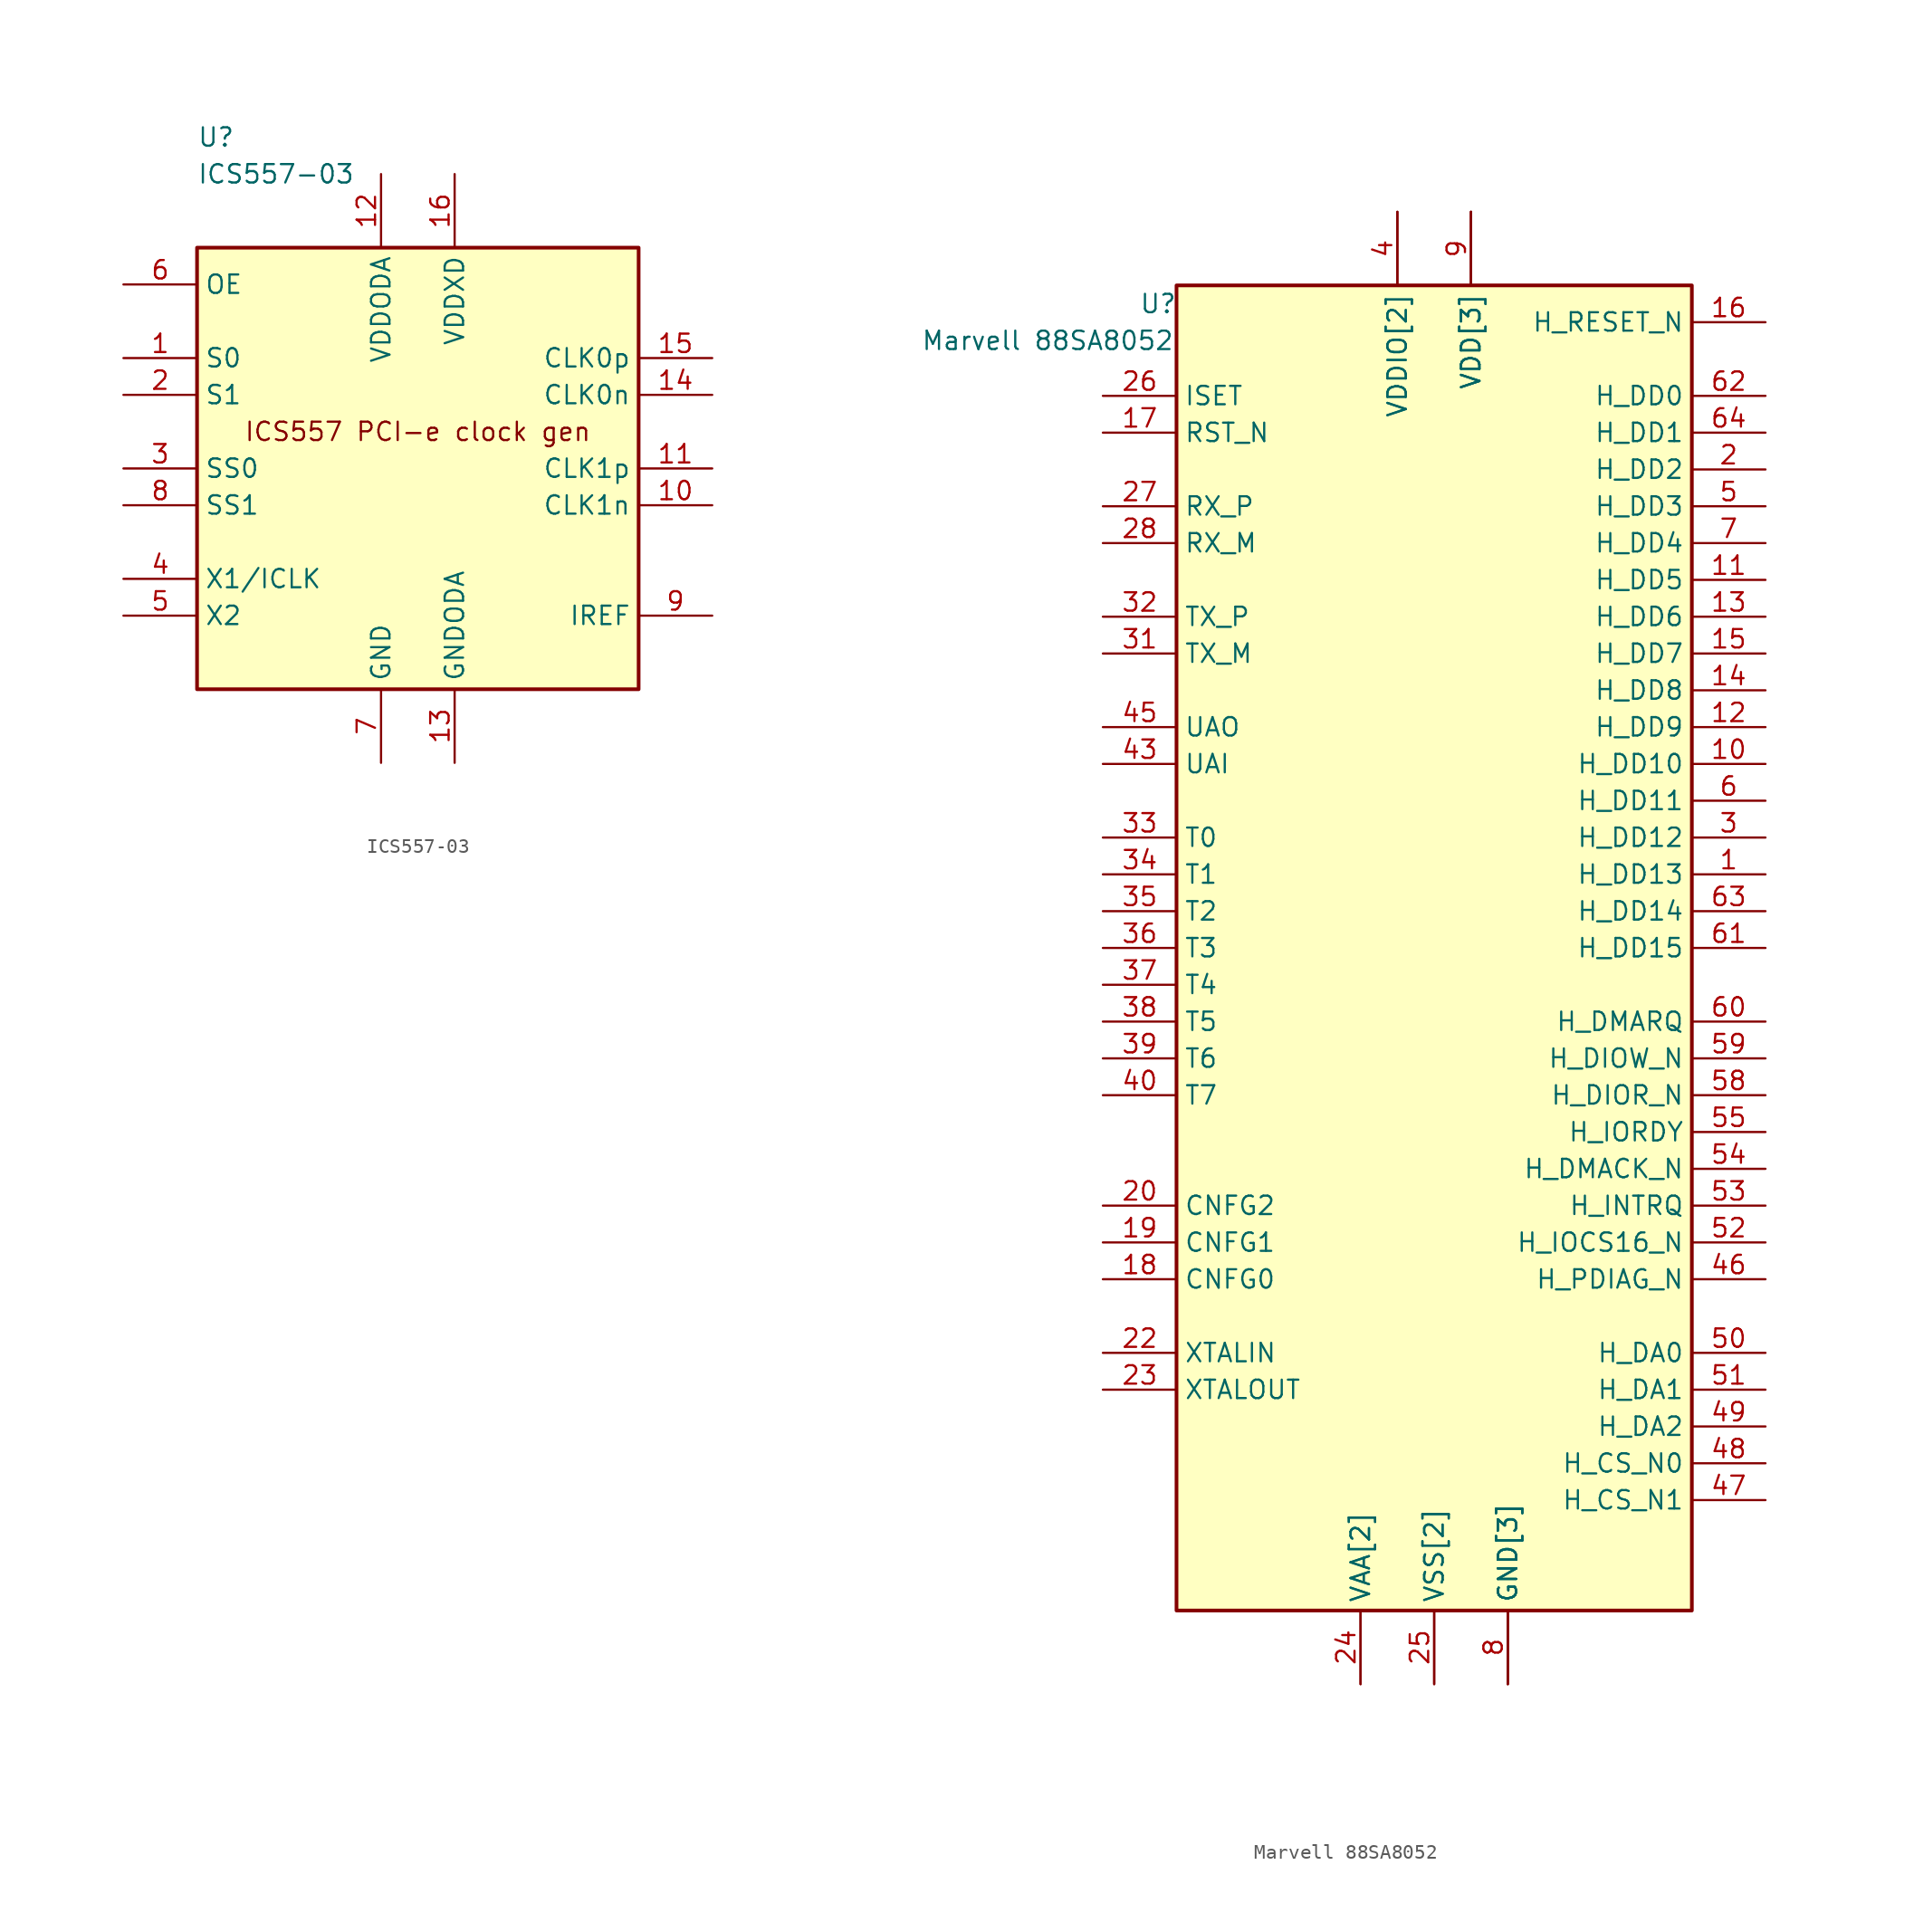
<source format=kicad_sym>
(kicad_symbol_lib
  (version 20211014)
  (generator kicad_symbol_editor)
  (symbol "ICS557-03"
    (property "Reference" "U"
      (at -15.24 22.86 0)
      (effects (font (size 1.27 1.27)) (justify left)))
    (property "Value" "ICS557-03"
      (at -15.24 20.32 0)
      (effects (font (size 1.27 1.27)) (justify left)))
    (symbol "ICS557-03_0_0"
      (text "ICS557 PCI-e clock gen" (at 0 2.54 0) (effects (font (size 1.27 1.27)))))
    (symbol "ICS557-03_0_1"
      (rectangle (start -15.24 15.24) (end 15.24 -15.24) (stroke (width 0.254) (type default) (color 0 0 0 0)) (fill (type background))))
    (symbol "ICS557-03_1_1"
      (pin input line (at -20.32 7.62 0) (length 5.08) (name "S0" (effects (font (size 1.27 1.27)))) (number "1" (effects (font (size 1.27 1.27)))))
      (pin tri_state line (at 20.32 -2.54 180) (length 5.08) (name "CLK1n" (effects (font (size 1.27 1.27)))) (number "10" (effects (font (size 1.27 1.27)))))
      (pin tri_state line (at 20.32 0 180) (length 5.08) (name "CLK1p" (effects (font (size 1.27 1.27)))) (number "11" (effects (font (size 1.27 1.27)))))
      (pin power_in line (at -2.54 20.32 270) (length 5.08) (name "VDDODA" (effects (font (size 1.27 1.27)))) (number "12" (effects (font (size 1.27 1.27)))))
      (pin power_in line (at 2.54 -20.32 90) (length 5.08) (name "GNDODA" (effects (font (size 1.27 1.27)))) (number "13" (effects (font (size 1.27 1.27)))))
      (pin tri_state line (at 20.32 5.08 180) (length 5.08) (name "CLK0n" (effects (font (size 1.27 1.27)))) (number "14" (effects (font (size 1.27 1.27)))))
      (pin tri_state line (at 20.32 7.62 180) (length 5.08) (name "CLK0p" (effects (font (size 1.27 1.27)))) (number "15" (effects (font (size 1.27 1.27)))))
      (pin power_in line (at 2.54 20.32 270) (length 5.08) (name "VDDXD" (effects (font (size 1.27 1.27)))) (number "16" (effects (font (size 1.27 1.27)))))
      (pin input line (at -20.32 5.08 0) (length 5.08) (name "S1" (effects (font (size 1.27 1.27)))) (number "2" (effects (font (size 1.27 1.27)))))
      (pin input line (at -20.32 0 0) (length 5.08) (name "SS0" (effects (font (size 1.27 1.27)))) (number "3" (effects (font (size 1.27 1.27)))))
      (pin input line (at -20.32 -7.62 0) (length 5.08) (name "X1/ICLK" (effects (font (size 1.27 1.27)))) (number "4" (effects (font (size 1.27 1.27)))) (alternate "ICLK" input line))
      (pin input line (at -20.32 -10.16 0) (length 5.08) (name "X2" (effects (font (size 1.27 1.27)))) (number "5" (effects (font (size 1.27 1.27)))))
      (pin input line (at -20.32 12.7 0) (length 5.08) (name "OE" (effects (font (size 1.27 1.27)))) (number "6" (effects (font (size 1.27 1.27)))))
      (pin power_in line (at -2.54 -20.32 90) (length 5.08) (name "GND" (effects (font (size 1.27 1.27)))) (number "7" (effects (font (size 1.27 1.27)))))
      (pin input line (at -20.32 -2.54 0) (length 5.08) (name "SS1" (effects (font (size 1.27 1.27)))) (number "8" (effects (font (size 1.27 1.27)))))
      (pin input line (at 20.32 -10.16 180) (length 5.08) (name "IREF" (effects (font (size 1.27 1.27)))) (number "9" (effects (font (size 1.27 1.27)))))))
  (symbol "Marvell 88SA8052"
    (property "Reference" "U"
      (at -19.05 41.91 0)
      (effects (font (size 1.27 1.27))))
    (property "Value" "Marvell 88SA8052"
      (at -26.67 39.37 0)
      (effects (font (size 1.27 1.27))))
    (symbol "Marvell 88SA8052_0_1"
      (rectangle (start -17.78 43.18) (end 17.78 -48.26) (stroke (width 0.254) (type default) (color 0 0 0 0)) (fill (type background))))
    (symbol "Marvell 88SA8052_1_1"
      (pin tri_state line (at 22.86 2.54 180) (length 5.08) (name "H_DD13" (effects (font (size 1.27 1.27)))) (number "1" (effects (font (size 1.27 1.27)))))
      (pin tri_state line (at 22.86 10.16 180) (length 5.08) (name "H_DD10" (effects (font (size 1.27 1.27)))) (number "10" (effects (font (size 1.27 1.27)))))
      (pin tri_state line (at 22.86 22.86 180) (length 5.08) (name "H_DD5" (effects (font (size 1.27 1.27)))) (number "11" (effects (font (size 1.27 1.27)))))
      (pin tri_state line (at 22.86 12.7 180) (length 5.08) (name "H_DD9" (effects (font (size 1.27 1.27)))) (number "12" (effects (font (size 1.27 1.27)))))
      (pin tri_state line (at 22.86 20.32 180) (length 5.08) (name "H_DD6" (effects (font (size 1.27 1.27)))) (number "13" (effects (font (size 1.27 1.27)))))
      (pin tri_state line (at 22.86 15.24 180) (length 5.08) (name "H_DD8" (effects (font (size 1.27 1.27)))) (number "14" (effects (font (size 1.27 1.27)))))
      (pin tri_state line (at 22.86 17.78 180) (length 5.08) (name "H_DD7" (effects (font (size 1.27 1.27)))) (number "15" (effects (font (size 1.27 1.27)))))
      (pin output line (at 22.86 40.64 180) (length 5.08) (name "H_RESET_N" (effects (font (size 1.27 1.27)))) (number "16" (effects (font (size 1.27 1.27)))))
      (pin input line (at -22.86 33.02 0) (length 5.08) (name "RST_N" (effects (font (size 1.27 1.27)))) (number "17" (effects (font (size 1.27 1.27)))))
      (pin input line (at -22.86 -25.4 0) (length 5.08) (name "CNFG0" (effects (font (size 1.27 1.27)))) (number "18" (effects (font (size 1.27 1.27)))))
      (pin input line (at -22.86 -22.86 0) (length 5.08) (name "CNFG1" (effects (font (size 1.27 1.27)))) (number "19" (effects (font (size 1.27 1.27)))))
      (pin tri_state line (at 22.86 30.48 180) (length 5.08) (name "H_DD2" (effects (font (size 1.27 1.27)))) (number "2" (effects (font (size 1.27 1.27)))))
      (pin input line (at -22.86 -20.32 0) (length 5.08) (name "CNFG2" (effects (font (size 1.27 1.27)))) (number "20" (effects (font (size 1.27 1.27)))))
      (pin input line (at -22.86 -30.48 0) (length 5.08) (name "XTALIN" (effects (font (size 1.27 1.27)))) (number "22" (effects (font (size 1.27 1.27)))))
      (pin output line (at -22.86 -33.02 0) (length 5.08) (name "XTALOUT" (effects (font (size 1.27 1.27)))) (number "23" (effects (font (size 1.27 1.27)))))
      (pin power_in line (at -5.08 -53.34 90) (length 5.08) (name "VAA[2]" (effects (font (size 1.27 1.27)))) (number "24" (effects (font (size 1.27 1.27)))))
      (pin power_in line (at 0 -53.34 90) (length 5.08) (name "VSS[2]" (effects (font (size 1.27 1.27)))) (number "25" (effects (font (size 1.27 1.27)))))
      (pin input line (at -22.86 35.56 0) (length 5.08) (name "ISET" (effects (font (size 1.27 1.27)))) (number "26" (effects (font (size 1.27 1.27)))))
      (pin input line (at -22.86 27.94 0) (length 5.08) (name "RX_P" (effects (font (size 1.27 1.27)))) (number "27" (effects (font (size 1.27 1.27)))))
      (pin input line (at -22.86 25.4 0) (length 5.08) (name "RX_M" (effects (font (size 1.27 1.27)))) (number "28" (effects (font (size 1.27 1.27)))))
      (pin power_in line (at -5.08 -53.34 90) (length 5.08) (name "VAA[2]" (effects (font (size 1.27 1.27)))) (number "29" (effects (font (size 0 0)))))
      (pin tri_state line (at 22.86 5.08 180) (length 5.08) (name "H_DD12" (effects (font (size 1.27 1.27)))) (number "3" (effects (font (size 1.27 1.27)))))
      (pin power_in line (at 0 -53.34 90) (length 5.08) (name "VSS[2]" (effects (font (size 1.27 1.27)))) (number "30" (effects (font (size 0 0)))))
      (pin output line (at -22.86 17.78 0) (length 5.08) (name "TX_M" (effects (font (size 1.27 1.27)))) (number "31" (effects (font (size 1.27 1.27)))))
      (pin output line (at -22.86 20.32 0) (length 5.08) (name "TX_P" (effects (font (size 1.27 1.27)))) (number "32" (effects (font (size 1.27 1.27)))))
      (pin bidirectional line (at -22.86 5.08 0) (length 5.08) (name "T0" (effects (font (size 1.27 1.27)))) (number "33" (effects (font (size 1.27 1.27)))))
      (pin bidirectional line (at -22.86 2.54 0) (length 5.08) (name "T1" (effects (font (size 1.27 1.27)))) (number "34" (effects (font (size 1.27 1.27)))))
      (pin bidirectional line (at -22.86 0 0) (length 5.08) (name "T2" (effects (font (size 1.27 1.27)))) (number "35" (effects (font (size 1.27 1.27)))))
      (pin bidirectional line (at -22.86 -2.54 0) (length 5.08) (name "T3" (effects (font (size 1.27 1.27)))) (number "36" (effects (font (size 1.27 1.27)))))
      (pin bidirectional line (at -22.86 -5.08 0) (length 5.08) (name "T4" (effects (font (size 1.27 1.27)))) (number "37" (effects (font (size 1.27 1.27)))))
      (pin bidirectional line (at -22.86 -7.62 0) (length 5.08) (name "T5" (effects (font (size 1.27 1.27)))) (number "38" (effects (font (size 1.27 1.27)))))
      (pin bidirectional line (at -22.86 -10.16 0) (length 5.08) (name "T6" (effects (font (size 1.27 1.27)))) (number "39" (effects (font (size 1.27 1.27)))))
      (pin power_in line (at -2.54 48.26 270) (length 5.08) (name "VDDIO[2]" (effects (font (size 1.27 1.27)))) (number "4" (effects (font (size 1.27 1.27)))))
      (pin bidirectional line (at -22.86 -12.7 0) (length 5.08) (name "T7" (effects (font (size 1.27 1.27)))) (number "40" (effects (font (size 1.27 1.27)))))
      (pin power_in line (at 2.54 48.26 270) (length 5.08) (name "VDD[3]" (effects (font (size 1.27 1.27)))) (number "41" (effects (font (size 0 0)))))
      (pin power_in line (at 5.08 -53.34 90) (length 5.08) (name "GND[3]" (effects (font (size 1.27 1.27)))) (number "42" (effects (font (size 0 0)))))
      (pin input line (at -22.86 10.16 0) (length 5.08) (name "UAI" (effects (font (size 1.27 1.27)))) (number "43" (effects (font (size 1.27 1.27)))))
      (pin power_in line (at -2.54 48.26 270) (length 5.08) (name "VDDIO[2]" (effects (font (size 1.27 1.27)))) (number "44" (effects (font (size 0 0)))))
      (pin output line (at -22.86 12.7 0) (length 5.08) (name "UAO" (effects (font (size 1.27 1.27)))) (number "45" (effects (font (size 1.27 1.27)))))
      (pin output line (at 22.86 -25.4 180) (length 5.08) (name "H_PDIAG_N" (effects (font (size 1.27 1.27)))) (number "46" (effects (font (size 1.27 1.27)))))
      (pin input line (at 22.86 -40.64 180) (length 5.08) (name "H_CS_N1" (effects (font (size 1.27 1.27)))) (number "47" (effects (font (size 1.27 1.27)))))
      (pin input line (at 22.86 -38.1 180) (length 5.08) (name "H_CS_N0" (effects (font (size 1.27 1.27)))) (number "48" (effects (font (size 1.27 1.27)))))
      (pin output line (at 22.86 -35.56 180) (length 5.08) (name "H_DA2" (effects (font (size 1.27 1.27)))) (number "49" (effects (font (size 1.27 1.27)))))
      (pin tri_state line (at 22.86 27.94 180) (length 5.08) (name "H_DD3" (effects (font (size 1.27 1.27)))) (number "5" (effects (font (size 1.27 1.27)))))
      (pin output line (at 22.86 -30.48 180) (length 5.08) (name "H_DA0" (effects (font (size 1.27 1.27)))) (number "50" (effects (font (size 1.27 1.27)))))
      (pin output line (at 22.86 -33.02 180) (length 5.08) (name "H_DA1" (effects (font (size 1.27 1.27)))) (number "51" (effects (font (size 1.27 1.27)))))
      (pin tri_state line (at 22.86 -22.86 180) (length 5.08) (name "H_IOCS16_N" (effects (font (size 1.27 1.27)))) (number "52" (effects (font (size 1.27 1.27)))))
      (pin tri_state line (at 22.86 -20.32 180) (length 5.08) (name "H_INTRQ" (effects (font (size 1.27 1.27)))) (number "53" (effects (font (size 1.27 1.27)))))
      (pin tri_state line (at 22.86 -17.78 180) (length 5.08) (name "H_DMACK_N" (effects (font (size 1.27 1.27)))) (number "54" (effects (font (size 1.27 1.27)))))
      (pin tri_state line (at 22.86 -15.24 180) (length 5.08) (name "H_IORDY" (effects (font (size 1.27 1.27)))) (number "55" (effects (font (size 1.27 1.27)))))
      (pin power_in line (at 2.54 48.26 270) (length 5.08) (name "VDD[3]" (effects (font (size 1.27 1.27)))) (number "56" (effects (font (size 0 0)))))
      (pin power_in line (at 5.08 -53.34 90) (length 5.08) (name "GND[3]" (effects (font (size 1.27 1.27)))) (number "57" (effects (font (size 0 0)))))
      (pin input line (at 22.86 -12.7 180) (length 5.08) (name "H_DIOR_N" (effects (font (size 1.27 1.27)))) (number "58" (effects (font (size 1.27 1.27)))))
      (pin input line (at 22.86 -10.16 180) (length 5.08) (name "H_DIOW_N" (effects (font (size 1.27 1.27)))) (number "59" (effects (font (size 1.27 1.27)))))
      (pin tri_state line (at 22.86 7.62 180) (length 5.08) (name "H_DD11" (effects (font (size 1.27 1.27)))) (number "6" (effects (font (size 1.27 1.27)))))
      (pin tri_state line (at 22.86 -7.62 180) (length 5.08) (name "H_DMARQ" (effects (font (size 1.27 1.27)))) (number "60" (effects (font (size 1.27 1.27)))))
      (pin tri_state line (at 22.86 -2.54 180) (length 5.08) (name "H_DD15" (effects (font (size 1.27 1.27)))) (number "61" (effects (font (size 1.27 1.27)))))
      (pin tri_state line (at 22.86 35.56 180) (length 5.08) (name "H_DD0" (effects (font (size 1.27 1.27)))) (number "62" (effects (font (size 1.27 1.27)))))
      (pin tri_state line (at 22.86 0 180) (length 5.08) (name "H_DD14" (effects (font (size 1.27 1.27)))) (number "63" (effects (font (size 1.27 1.27)))))
      (pin tri_state line (at 22.86 33.02 180) (length 5.08) (name "H_DD1" (effects (font (size 1.27 1.27)))) (number "64" (effects (font (size 1.27 1.27)))))
      (pin tri_state line (at 22.86 25.4 180) (length 5.08) (name "H_DD4" (effects (font (size 1.27 1.27)))) (number "7" (effects (font (size 1.27 1.27)))))
      (pin power_in line (at 5.08 -53.34 90) (length 5.08) (name "GND[3]" (effects (font (size 1.27 1.27)))) (number "8" (effects (font (size 1.27 1.27)))))
      (pin power_in line (at 2.54 48.26 270) (length 5.08) (name "VDD[3]" (effects (font (size 1.27 1.27)))) (number "9" (effects (font (size 1.27 1.27))))))))
</source>
